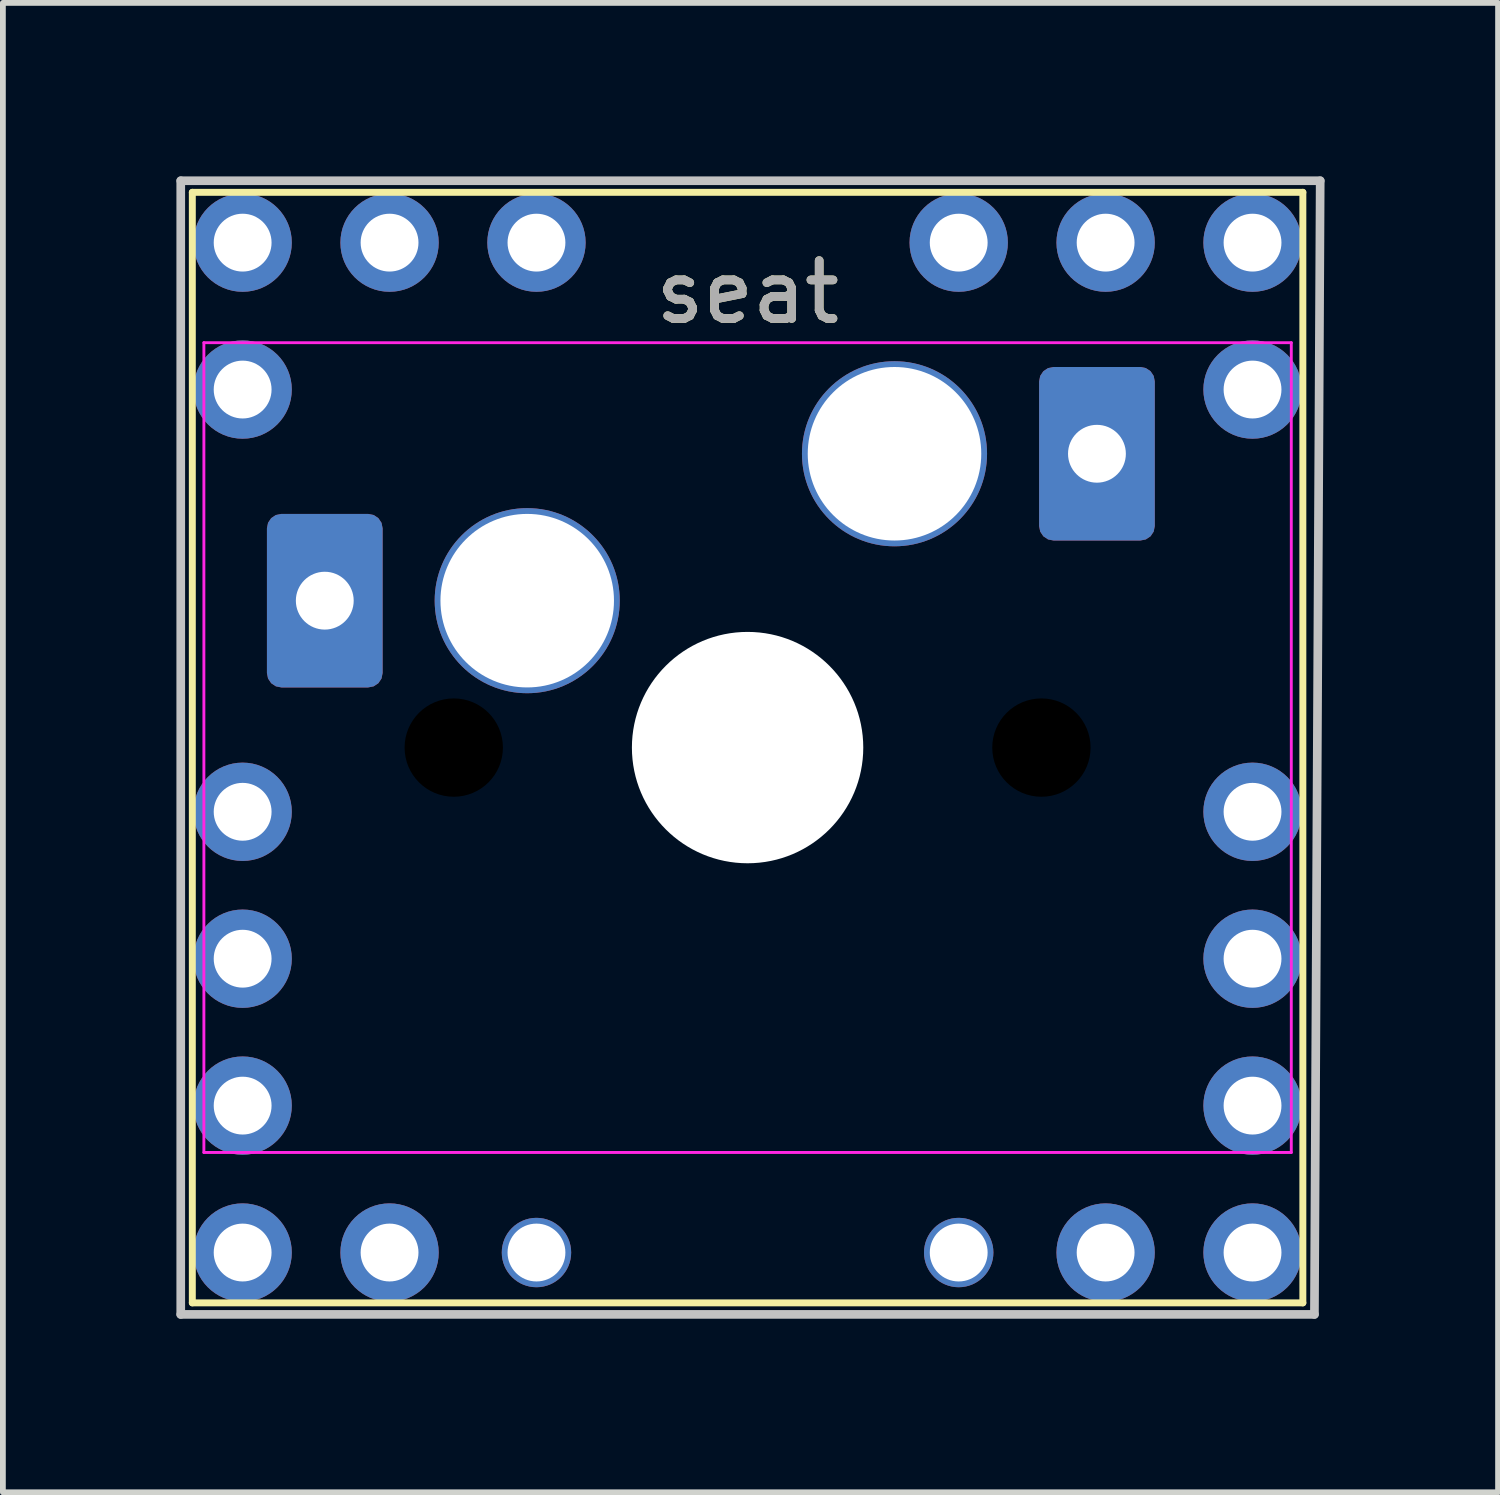
<source format=kicad_pcb>
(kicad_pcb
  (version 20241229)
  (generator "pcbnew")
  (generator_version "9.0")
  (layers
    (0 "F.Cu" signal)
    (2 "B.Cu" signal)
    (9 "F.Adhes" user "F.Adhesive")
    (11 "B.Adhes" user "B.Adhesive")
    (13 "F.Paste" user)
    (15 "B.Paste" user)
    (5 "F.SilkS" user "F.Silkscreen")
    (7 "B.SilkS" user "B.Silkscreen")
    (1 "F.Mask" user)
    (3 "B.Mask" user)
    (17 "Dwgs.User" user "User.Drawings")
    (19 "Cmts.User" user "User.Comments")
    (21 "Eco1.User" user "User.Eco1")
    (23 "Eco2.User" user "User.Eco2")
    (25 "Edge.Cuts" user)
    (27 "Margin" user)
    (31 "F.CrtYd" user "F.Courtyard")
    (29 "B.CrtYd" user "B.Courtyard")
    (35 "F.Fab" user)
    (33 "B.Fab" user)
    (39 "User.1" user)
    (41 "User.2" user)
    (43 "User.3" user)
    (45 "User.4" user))
  (footprint "seat"
    (layer "F.Cu")
    (at 9.875 9.875)
    (property "Reference" "seat" (at 0 -7.874 0) (layer "F.SilkS") (effects (font (size 1 1) (thickness 0.15))))
    (attr through_hole)
    (fp_line (start -9.6 -9.6) (end 9.6 -9.6) (stroke (width 0.12) (type solid)) (layer "F.SilkS"))
    (fp_line (start -9.6 9.6) (end -9.6 -9.6) (stroke (width 0.12) (type solid)) (layer "F.SilkS"))
    (fp_line (start 9.6 -9.6) (end 9.6 9.6) (stroke (width 0.12) (type solid)) (layer "F.SilkS"))
    (fp_line (start 9.6 9.6) (end -9.6 9.6) (stroke (width 0.12) (type solid)) (layer "F.SilkS"))
    (fp_circle (center 0 0) (end 2.5 0) (stroke (width 0.1) (type default)) (fill no) (layer "F.Paste"))
    (fp_line (start -9.8 -9.8) (end 9.9 -9.8) (stroke (width 0.15) (type solid)) (layer "Dwgs.User"))
    (fp_line (start -9.8 9.8) (end -9.8 -9.8) (stroke (width 0.15) (type solid)) (layer "Dwgs.User"))
    (fp_line (start 9.8 9.8) (end -9.8 9.8) (stroke (width 0.15) (type solid)) (layer "Dwgs.User"))
    (fp_line (start 9.9 -9.8) (end 9.8 9.8) (stroke (width 0.15) (type solid)) (layer "Dwgs.User"))
    (fp_line (start -9.4 -7) (end 9.4 -7) (stroke (width 0.05) (type solid)) (layer "F.CrtYd"))
    (fp_line (start -9.4 7) (end -9.4 -7) (stroke (width 0.05) (type solid)) (layer "F.CrtYd"))
    (fp_line (start 9.4 -7) (end 9.4 7) (stroke (width 0.05) (type solid)) (layer "F.CrtYd"))
    (fp_line (start 9.4 7) (end -9.4 7) (stroke (width 0.05) (type solid)) (layer "F.CrtYd"))
    (fp_text user "${REFERENCE}" (at 0 -7.874 0) (layer "F.Fab") (effects (font (size 1 1) (thickness 0.15))))
    (pad "" np_thru_hole circle (at -5.08 0) (size 4 4) (drill 1.7) (layers))
    (pad "" np_thru_hole circle (at 0 0) (size 4 4) (drill 4) (layers "*.Cu" "*.Mask"))
    (pad "" np_thru_hole circle (at 5.08 0) (size 4 4) (drill 1.7) (layers))
    (pad "1" thru_hole circle (at -8.73 1.11) (size 1.7 1.7) (drill oval 1) (layers "*.Cu" "*.Mask"))
    (pad "1" thru_hole roundrect (at -7.31 -2.54) (size 2 3) (drill 1) (layers "*.Cu" "*.Mask") (roundrect_rratio 0.125))
    (pad "1" thru_hole circle (at -3.81 -2.54) (size 3.2 3.2) (drill 3) (layers "*.Cu" "*.Mask"))
    (pad "1" thru_hole circle (at 8.73 1.11) (size 1.7 1.7) (drill oval 1) (layers "*.Cu" "*.Mask"))
    (pad "2" thru_hole circle (at 2.54 -5.08) (size 3.2 3.2) (drill 3) (layers "*.Cu" "*.Mask"))
    (pad "2" thru_hole roundrect (at 6.04 -5.08) (size 2 3) (drill 1) (layers "*.Cu" "*.Mask") (roundrect_rratio 0.125))
    (pad "2" thru_hole circle (at 6.19 -8.73) (size 1.7 1.7) (drill oval 1) (layers "*.Cu" "*.Mask"))
    (pad "2" thru_hole circle (at 6.19 8.73) (size 1.7 1.7) (drill oval 1) (layers "*.Cu" "*.Mask"))
    (pad "3" thru_hole circle (at -8.73 3.65) (size 1.7 1.7) (drill oval 1) (layers "*.Cu" "*.Mask"))
    (pad "3" thru_hole circle (at 8.73 6.19) (size 1.7 1.7) (drill oval 1) (layers "*.Cu" "*.Mask"))
    (pad "4" thru_hole circle (at -8.73 6.19) (size 1.7 1.7) (drill oval 1) (layers "*.Cu" "*.Mask"))
    (pad "4" thru_hole circle (at 8.73 3.65) (size 1.7 1.7) (drill oval 1) (layers "*.Cu" "*.Mask"))
    (pad "5" thru_hole circle (at -8.73 -6.19) (size 1.7 1.7) (drill oval 1) (layers "*.Cu" "*.Mask"))
    (pad "5" thru_hole circle (at -6.19 -8.73) (size 1.7 1.7) (drill oval 1) (layers "*.Cu" "*.Mask"))
    (pad "5" thru_hole circle (at -6.19 8.73) (size 1.7 1.7) (drill oval 1) (layers "*.Cu" "*.Mask"))
    (pad "5" thru_hole circle (at 8.73 -6.19) (size 1.7 1.7) (drill oval 1) (layers "*.Cu" "*.Mask"))
    (pad "6" thru_hole circle (at -8.73 -8.73) (size 1.7 1.7) (drill oval 1) (layers "*.Cu" "*.Mask"))
    (pad "6" thru_hole circle (at -8.73 8.73) (size 1.7 1.7) (drill oval 1) (layers "*.Cu" "*.Mask"))
    (pad "6" thru_hole circle (at 8.73 -8.73) (size 1.7 1.7) (drill oval 1) (layers "*.Cu" "*.Mask"))
    (pad "6" thru_hole circle (at 8.73 8.73) (size 1.7 1.7) (drill oval 1) (layers "*.Cu" "*.Mask"))
    (pad "7" thru_hole circle (at -3.65 -8.73) (size 1.7 1.7) (drill oval 1) (layers "*.Cu" "*.Mask"))
    (pad "7" thru_hole circle (at -3.65 8.73) (size 1.2 1.2) (drill oval 1) (layers "*.Cu" "*.Mask"))
    (pad "8" thru_hole circle (at 3.65 -8.73) (size 1.7 1.7) (drill oval 1) (layers "*.Cu" "*.Mask"))
    (pad "8" thru_hole circle (at 3.65 8.73) (size 1.2 1.2) (drill oval 1) (layers "*.Cu" "*.Mask")))
  (gr_rect
    (start -3 -3)
    (end 22.85 22.75)
    (stroke (width 0.1) (type default))
    (fill no)
    (layer "Edge.Cuts")))
</source>
